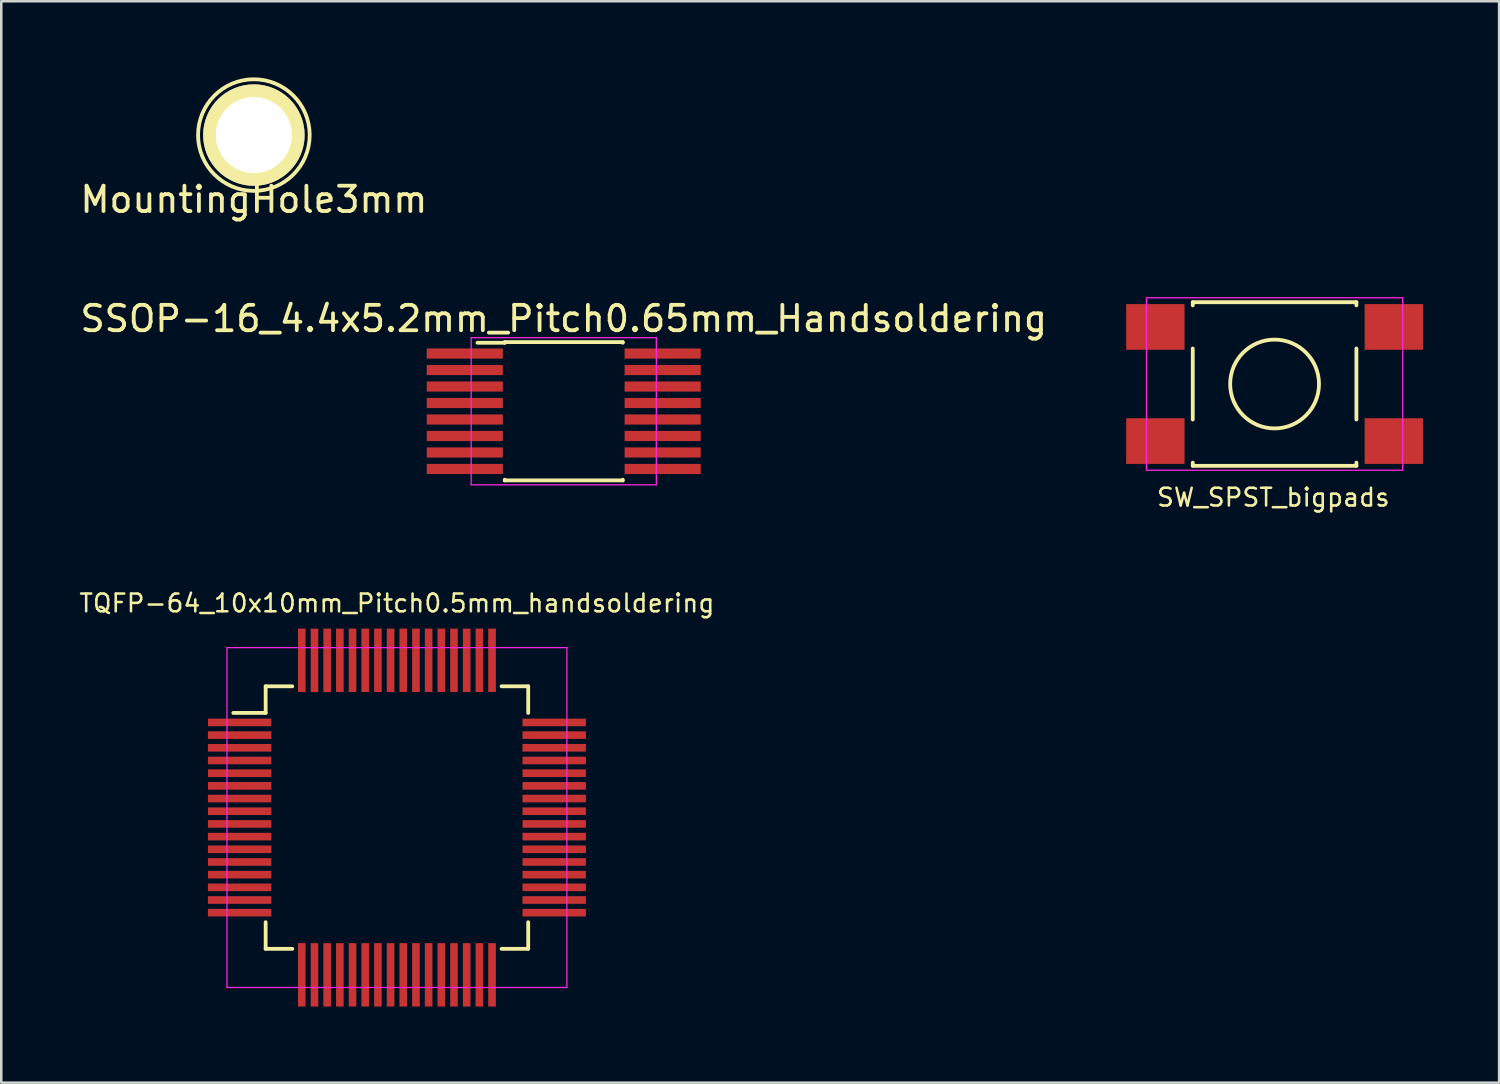
<source format=kicad_pcb>
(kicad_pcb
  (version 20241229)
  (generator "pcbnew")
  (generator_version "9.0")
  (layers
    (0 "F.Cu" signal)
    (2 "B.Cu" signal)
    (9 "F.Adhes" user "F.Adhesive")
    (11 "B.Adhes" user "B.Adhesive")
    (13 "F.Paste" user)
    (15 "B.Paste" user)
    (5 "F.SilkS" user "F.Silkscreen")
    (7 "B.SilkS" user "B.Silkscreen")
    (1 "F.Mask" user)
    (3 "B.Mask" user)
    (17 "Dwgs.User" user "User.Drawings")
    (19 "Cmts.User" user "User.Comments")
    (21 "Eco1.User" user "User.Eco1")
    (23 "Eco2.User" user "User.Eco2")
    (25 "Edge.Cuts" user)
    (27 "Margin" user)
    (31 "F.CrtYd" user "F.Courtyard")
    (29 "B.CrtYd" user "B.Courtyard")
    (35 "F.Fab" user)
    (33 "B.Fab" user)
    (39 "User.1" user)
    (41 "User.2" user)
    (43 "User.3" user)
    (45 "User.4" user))
  (footprint "SSOP-16_4.4x5.2mm_Pitch0.65mm_Handsoldering"
    (layer "F.Cu")
    (at 19.173 13.162)
    (property "Reference" "SSOP-16_4.4x5.2mm_Pitch0.65mm_Handsoldering" (at 0 -3.65 0) (layer "F.SilkS") (effects (font (size 1 1) (thickness 0.15))))
    (attr smd)
    (fp_line (start -2.325 -2.725) (end -2.325 -2.7) (stroke (width 0.15) (type solid)) (layer "F.SilkS"))
    (fp_line (start -2.325 -2.725) (end 2.325 -2.725) (stroke (width 0.15) (type solid)) (layer "F.SilkS"))
    (fp_line (start -2.325 -2.7) (end -3.4 -2.7) (stroke (width 0.15) (type solid)) (layer "F.SilkS"))
    (fp_line (start -2.325 2.725) (end -2.325 2.7) (stroke (width 0.15) (type solid)) (layer "F.SilkS"))
    (fp_line (start -2.325 2.725) (end 2.325 2.725) (stroke (width 0.15) (type solid)) (layer "F.SilkS"))
    (fp_line (start 2.325 -2.725) (end 2.325 -2.7) (stroke (width 0.15) (type solid)) (layer "F.SilkS"))
    (fp_line (start 2.325 2.725) (end 2.325 2.7) (stroke (width 0.15) (type solid)) (layer "F.SilkS"))
    (fp_line (start -3.65 -2.9) (end -3.65 2.9) (stroke (width 0.05) (type solid)) (layer "F.CrtYd"))
    (fp_line (start -3.65 -2.9) (end 3.65 -2.9) (stroke (width 0.05) (type solid)) (layer "F.CrtYd"))
    (fp_line (start -3.65 2.9) (end 3.65 2.9) (stroke (width 0.05) (type solid)) (layer "F.CrtYd"))
    (fp_line (start 3.65 -2.9) (end 3.65 2.9) (stroke (width 0.05) (type solid)) (layer "F.CrtYd"))
    (pad "1" smd rect (at -3.9 -2.275) (size 3 0.4) (layers "F.Cu" "F.Mask" "F.Paste"))
    (pad "2" smd rect (at -3.9 -1.625) (size 3 0.4) (layers "F.Cu" "F.Mask" "F.Paste"))
    (pad "3" smd rect (at -3.9 -0.975) (size 3 0.4) (layers "F.Cu" "F.Mask" "F.Paste"))
    (pad "4" smd rect (at -3.9 -0.325) (size 3 0.4) (layers "F.Cu" "F.Mask" "F.Paste"))
    (pad "5" smd rect (at -3.9 0.325) (size 3 0.4) (layers "F.Cu" "F.Mask" "F.Paste"))
    (pad "6" smd rect (at -3.9 0.975) (size 3 0.4) (layers "F.Cu" "F.Mask" "F.Paste"))
    (pad "7" smd rect (at -3.9 1.625) (size 3 0.4) (layers "F.Cu" "F.Mask" "F.Paste"))
    (pad "8" smd rect (at -3.9 2.275) (size 3 0.4) (layers "F.Cu" "F.Mask" "F.Paste"))
    (pad "9" smd rect (at 3.9 2.275) (size 3 0.4) (layers "F.Cu" "F.Mask" "F.Paste"))
    (pad "10" smd rect (at 3.9 1.625) (size 3 0.4) (layers "F.Cu" "F.Mask" "F.Paste"))
    (pad "11" smd rect (at 3.9 0.975) (size 3 0.4) (layers "F.Cu" "F.Mask" "F.Paste"))
    (pad "12" smd rect (at 3.9 0.325) (size 3 0.4) (layers "F.Cu" "F.Mask" "F.Paste"))
    (pad "13" smd rect (at 3.9 -0.325) (size 3 0.4) (layers "F.Cu" "F.Mask" "F.Paste"))
    (pad "14" smd rect (at 3.9 -0.975) (size 3 0.4) (layers "F.Cu" "F.Mask" "F.Paste"))
    (pad "15" smd rect (at 3.9 -1.625) (size 3 0.4) (layers "F.Cu" "F.Mask" "F.Paste"))
    (pad "16" smd rect (at 3.9 -2.275) (size 3 0.4) (layers "F.Cu" "F.Mask" "F.Paste")))
  (footprint "MountingHole3mm"
    (layer "F.Cu")
    (at 6.958 2.275)
    (property "Reference" "MountingHole3mm" (at 0 2.54 0) (layer "F.SilkS") (effects (font (size 1 1) (thickness 0.15))))
    (attr through_hole)
    (fp_circle (center 0 0) (end 2.2 0) (stroke (width 0.15) (type solid)) (fill no) (layer "F.SilkS"))
    (pad "1" thru_hole circle (at 0 0) (size 4 4) (drill 3) (layers "*.Cu" "*.Mask" "F.SilkS")))
  (footprint "SW_SPST_bigpads"
    (layer "F.Cu")
    (at 47.195 12.088)
    (property "Reference" "SW_SPST_bigpads" (at -0.051 4.47 0) (layer "F.SilkS") (effects (font (size 0.7 0.7) (thickness 0.1))))
    (attr through_hole)
    (fp_line (start -3.225 -3.225) (end 3.225 -3.225) (stroke (width 0.15) (type solid)) (layer "F.SilkS"))
    (fp_line (start -3.225 -3.1) (end -3.225 -3.225) (stroke (width 0.15) (type solid)) (layer "F.SilkS"))
    (fp_line (start -3.225 -1.4) (end -3.225 1.4) (stroke (width 0.15) (type solid)) (layer "F.SilkS"))
    (fp_line (start -3.225 3.225) (end -3.225 3.1) (stroke (width 0.15) (type solid)) (layer "F.SilkS"))
    (fp_line (start -3.225 3.225) (end 3.225 3.225) (stroke (width 0.15) (type solid)) (layer "F.SilkS"))
    (fp_line (start 3.225 -3.225) (end 3.225 -3.1) (stroke (width 0.15) (type solid)) (layer "F.SilkS"))
    (fp_line (start 3.225 -1.4) (end 3.225 1.4) (stroke (width 0.15) (type solid)) (layer "F.SilkS"))
    (fp_line (start 3.225 3.225) (end 3.225 3.1) (stroke (width 0.15) (type solid)) (layer "F.SilkS"))
    (fp_circle (center 0 0) (end 1.75 -0.05) (stroke (width 0.15) (type solid)) (fill no) (layer "F.SilkS"))
    (fp_line (start -5.05 -3.4) (end -5.05 3.4) (stroke (width 0.05) (type solid)) (layer "F.CrtYd"))
    (fp_line (start -5.05 -3.4) (end 5.05 -3.4) (stroke (width 0.05) (type solid)) (layer "F.CrtYd"))
    (fp_line (start -5.05 3.4) (end 5.05 3.4) (stroke (width 0.05) (type solid)) (layer "F.CrtYd"))
    (fp_line (start 5.05 3.4) (end 5.05 -3.4) (stroke (width 0.05) (type solid)) (layer "F.CrtYd"))
    (pad "1" smd rect (at -4.7 -2.25) (size 2.3 1.8) (layers "F.Cu" "F.Mask" "F.Paste"))
    (pad "1" smd rect (at 4.7 -2.25) (size 2.3 1.8) (layers "F.Cu" "F.Mask" "F.Paste"))
    (pad "2" smd rect (at -4.7 2.25) (size 2.3 1.8) (layers "F.Cu" "F.Mask" "F.Paste"))
    (pad "2" smd rect (at 4.7 2.25) (size 2.3 1.8) (layers "F.Cu" "F.Mask" "F.Paste")))
  (footprint "TQFP-64_10x10mm_Pitch0.5mm_handsoldering"
    (layer "F.Cu")
    (at 12.597 29.179)
    (property "Reference" "TQFP-64_10x10mm_Pitch0.5mm_handsoldering" (at 0 -8.45 0) (layer "F.SilkS") (effects (font (size 0.7 0.7) (thickness 0.1))))
    (attr smd)
    (fp_line (start -5.175 -5.175) (end -5.175 -4.125) (stroke (width 0.15) (type solid)) (layer "F.SilkS"))
    (fp_line (start -5.175 -5.175) (end -4.125 -5.175) (stroke (width 0.15) (type solid)) (layer "F.SilkS"))
    (fp_line (start -5.175 -4.125) (end -6.45 -4.125) (stroke (width 0.15) (type solid)) (layer "F.SilkS"))
    (fp_line (start -5.175 5.175) (end -5.175 4.125) (stroke (width 0.15) (type solid)) (layer "F.SilkS"))
    (fp_line (start -5.175 5.175) (end -4.125 5.175) (stroke (width 0.15) (type solid)) (layer "F.SilkS"))
    (fp_line (start 5.175 -5.175) (end 4.125 -5.175) (stroke (width 0.15) (type solid)) (layer "F.SilkS"))
    (fp_line (start 5.175 -5.175) (end 5.175 -4.125) (stroke (width 0.15) (type solid)) (layer "F.SilkS"))
    (fp_line (start 5.175 5.175) (end 4.125 5.175) (stroke (width 0.15) (type solid)) (layer "F.SilkS"))
    (fp_line (start 5.175 5.175) (end 5.175 4.125) (stroke (width 0.15) (type solid)) (layer "F.SilkS"))
    (fp_line (start -6.7 -6.7) (end -6.7 6.7) (stroke (width 0.05) (type solid)) (layer "F.CrtYd"))
    (fp_line (start -6.7 -6.7) (end 6.7 -6.7) (stroke (width 0.05) (type solid)) (layer "F.CrtYd"))
    (fp_line (start -6.7 6.7) (end 6.7 6.7) (stroke (width 0.05) (type solid)) (layer "F.CrtYd"))
    (fp_line (start 6.7 -6.7) (end 6.7 6.7) (stroke (width 0.05) (type solid)) (layer "F.CrtYd"))
    (pad "1" smd rect (at -6.2 -3.75) (size 2.5 0.3) (layers "F.Cu" "F.Mask" "F.Paste"))
    (pad "2" smd rect (at -6.2 -3.25) (size 2.5 0.3) (layers "F.Cu" "F.Mask" "F.Paste"))
    (pad "3" smd rect (at -6.2 -2.75) (size 2.5 0.3) (layers "F.Cu" "F.Mask" "F.Paste"))
    (pad "4" smd rect (at -6.2 -2.25) (size 2.5 0.3) (layers "F.Cu" "F.Mask" "F.Paste"))
    (pad "5" smd rect (at -6.2 -1.75) (size 2.5 0.3) (layers "F.Cu" "F.Mask" "F.Paste"))
    (pad "6" smd rect (at -6.2 -1.25) (size 2.5 0.3) (layers "F.Cu" "F.Mask" "F.Paste"))
    (pad "7" smd rect (at -6.2 -0.75) (size 2.5 0.3) (layers "F.Cu" "F.Mask" "F.Paste"))
    (pad "8" smd rect (at -6.2 -0.25) (size 2.5 0.3) (layers "F.Cu" "F.Mask" "F.Paste"))
    (pad "9" smd rect (at -6.2 0.25) (size 2.5 0.3) (layers "F.Cu" "F.Mask" "F.Paste"))
    (pad "10" smd rect (at -6.2 0.75) (size 2.5 0.3) (layers "F.Cu" "F.Mask" "F.Paste"))
    (pad "11" smd rect (at -6.2 1.25) (size 2.5 0.3) (layers "F.Cu" "F.Mask" "F.Paste"))
    (pad "12" smd rect (at -6.2 1.75) (size 2.5 0.3) (layers "F.Cu" "F.Mask" "F.Paste"))
    (pad "13" smd rect (at -6.2 2.25) (size 2.5 0.3) (layers "F.Cu" "F.Mask" "F.Paste"))
    (pad "14" smd rect (at -6.2 2.75) (size 2.5 0.3) (layers "F.Cu" "F.Mask" "F.Paste"))
    (pad "15" smd rect (at -6.2 3.25) (size 2.5 0.3) (layers "F.Cu" "F.Mask" "F.Paste"))
    (pad "16" smd rect (at -6.2 3.75) (size 2.5 0.3) (layers "F.Cu" "F.Mask" "F.Paste"))
    (pad "17" smd rect (at -3.75 6.2 90) (size 2.5 0.3) (layers "F.Cu" "F.Mask" "F.Paste"))
    (pad "18" smd rect (at -3.25 6.2 90) (size 2.5 0.3) (layers "F.Cu" "F.Mask" "F.Paste"))
    (pad "19" smd rect (at -2.75 6.2 90) (size 2.5 0.3) (layers "F.Cu" "F.Mask" "F.Paste"))
    (pad "20" smd rect (at -2.25 6.2 90) (size 2.5 0.3) (layers "F.Cu" "F.Mask" "F.Paste"))
    (pad "21" smd rect (at -1.75 6.2 90) (size 2.5 0.3) (layers "F.Cu" "F.Mask" "F.Paste"))
    (pad "22" smd rect (at -1.25 6.2 90) (size 2.5 0.3) (layers "F.Cu" "F.Mask" "F.Paste"))
    (pad "23" smd rect (at -0.75 6.2 90) (size 2.5 0.3) (layers "F.Cu" "F.Mask" "F.Paste"))
    (pad "24" smd rect (at -0.25 6.2 90) (size 2.5 0.3) (layers "F.Cu" "F.Mask" "F.Paste"))
    (pad "25" smd rect (at 0.25 6.2 90) (size 2.5 0.3) (layers "F.Cu" "F.Mask" "F.Paste"))
    (pad "26" smd rect (at 0.75 6.2 90) (size 2.5 0.3) (layers "F.Cu" "F.Mask" "F.Paste"))
    (pad "27" smd rect (at 1.25 6.2 90) (size 2.5 0.3) (layers "F.Cu" "F.Mask" "F.Paste"))
    (pad "28" smd rect (at 1.75 6.2 90) (size 2.5 0.3) (layers "F.Cu" "F.Mask" "F.Paste"))
    (pad "29" smd rect (at 2.25 6.2 90) (size 2.5 0.3) (layers "F.Cu" "F.Mask" "F.Paste"))
    (pad "30" smd rect (at 2.75 6.2 90) (size 2.5 0.3) (layers "F.Cu" "F.Mask" "F.Paste"))
    (pad "31" smd rect (at 3.25 6.2 90) (size 2.5 0.3) (layers "F.Cu" "F.Mask" "F.Paste"))
    (pad "32" smd rect (at 3.75 6.2 90) (size 2.5 0.3) (layers "F.Cu" "F.Mask" "F.Paste"))
    (pad "33" smd rect (at 6.2 3.75) (size 2.5 0.3) (layers "F.Cu" "F.Mask" "F.Paste"))
    (pad "34" smd rect (at 6.2 3.25) (size 2.5 0.3) (layers "F.Cu" "F.Mask" "F.Paste"))
    (pad "35" smd rect (at 6.2 2.75) (size 2.5 0.3) (layers "F.Cu" "F.Mask" "F.Paste"))
    (pad "36" smd rect (at 6.2 2.25) (size 2.5 0.3) (layers "F.Cu" "F.Mask" "F.Paste"))
    (pad "37" smd rect (at 6.2 1.75) (size 2.5 0.3) (layers "F.Cu" "F.Mask" "F.Paste"))
    (pad "38" smd rect (at 6.2 1.25) (size 2.5 0.3) (layers "F.Cu" "F.Mask" "F.Paste"))
    (pad "39" smd rect (at 6.2 0.75) (size 2.5 0.3) (layers "F.Cu" "F.Mask" "F.Paste"))
    (pad "40" smd rect (at 6.2 0.25) (size 2.5 0.3) (layers "F.Cu" "F.Mask" "F.Paste"))
    (pad "41" smd rect (at 6.2 -0.25) (size 2.5 0.3) (layers "F.Cu" "F.Mask" "F.Paste"))
    (pad "42" smd rect (at 6.2 -0.75) (size 2.5 0.3) (layers "F.Cu" "F.Mask" "F.Paste"))
    (pad "43" smd rect (at 6.2 -1.25) (size 2.5 0.3) (layers "F.Cu" "F.Mask" "F.Paste"))
    (pad "44" smd rect (at 6.2 -1.75) (size 2.5 0.3) (layers "F.Cu" "F.Mask" "F.Paste"))
    (pad "45" smd rect (at 6.2 -2.25) (size 2.5 0.3) (layers "F.Cu" "F.Mask" "F.Paste"))
    (pad "46" smd rect (at 6.2 -2.75) (size 2.5 0.3) (layers "F.Cu" "F.Mask" "F.Paste"))
    (pad "47" smd rect (at 6.2 -3.25) (size 2.5 0.3) (layers "F.Cu" "F.Mask" "F.Paste"))
    (pad "48" smd rect (at 6.2 -3.75) (size 2.5 0.3) (layers "F.Cu" "F.Mask" "F.Paste"))
    (pad "49" smd rect (at 3.75 -6.2 90) (size 2.5 0.3) (layers "F.Cu" "F.Mask" "F.Paste"))
    (pad "50" smd rect (at 3.25 -6.2 90) (size 2.5 0.3) (layers "F.Cu" "F.Mask" "F.Paste"))
    (pad "51" smd rect (at 2.75 -6.2 90) (size 2.5 0.3) (layers "F.Cu" "F.Mask" "F.Paste"))
    (pad "52" smd rect (at 2.25 -6.2 90) (size 2.5 0.3) (layers "F.Cu" "F.Mask" "F.Paste"))
    (pad "53" smd rect (at 1.75 -6.2 90) (size 2.5 0.3) (layers "F.Cu" "F.Mask" "F.Paste"))
    (pad "54" smd rect (at 1.25 -6.2 90) (size 2.5 0.3) (layers "F.Cu" "F.Mask" "F.Paste"))
    (pad "55" smd rect (at 0.75 -6.2 90) (size 2.5 0.3) (layers "F.Cu" "F.Mask" "F.Paste"))
    (pad "56" smd rect (at 0.25 -6.2 90) (size 2.5 0.3) (layers "F.Cu" "F.Mask" "F.Paste"))
    (pad "57" smd rect (at -0.25 -6.2 90) (size 2.5 0.3) (layers "F.Cu" "F.Mask" "F.Paste"))
    (pad "58" smd rect (at -0.75 -6.2 90) (size 2.5 0.3) (layers "F.Cu" "F.Mask" "F.Paste"))
    (pad "59" smd rect (at -1.25 -6.2 90) (size 2.5 0.3) (layers "F.Cu" "F.Mask" "F.Paste"))
    (pad "60" smd rect (at -1.75 -6.2 90) (size 2.5 0.3) (layers "F.Cu" "F.Mask" "F.Paste"))
    (pad "61" smd rect (at -2.25 -6.2 90) (size 2.5 0.3) (layers "F.Cu" "F.Mask" "F.Paste"))
    (pad "62" smd rect (at -2.75 -6.2 90) (size 2.5 0.3) (layers "F.Cu" "F.Mask" "F.Paste"))
    (pad "63" smd rect (at -3.25 -6.2 90) (size 2.5 0.3) (layers "F.Cu" "F.Mask" "F.Paste"))
    (pad "64" smd rect (at -3.75 -6.2 90) (size 2.5 0.3) (layers "F.Cu" "F.Mask" "F.Paste")))
  (gr_rect
    (start -3 -3)
    (end 56.045 39.629)
    (stroke (width 0.1) (type default))
    (fill no)
    (layer "Edge.Cuts")))
</source>
